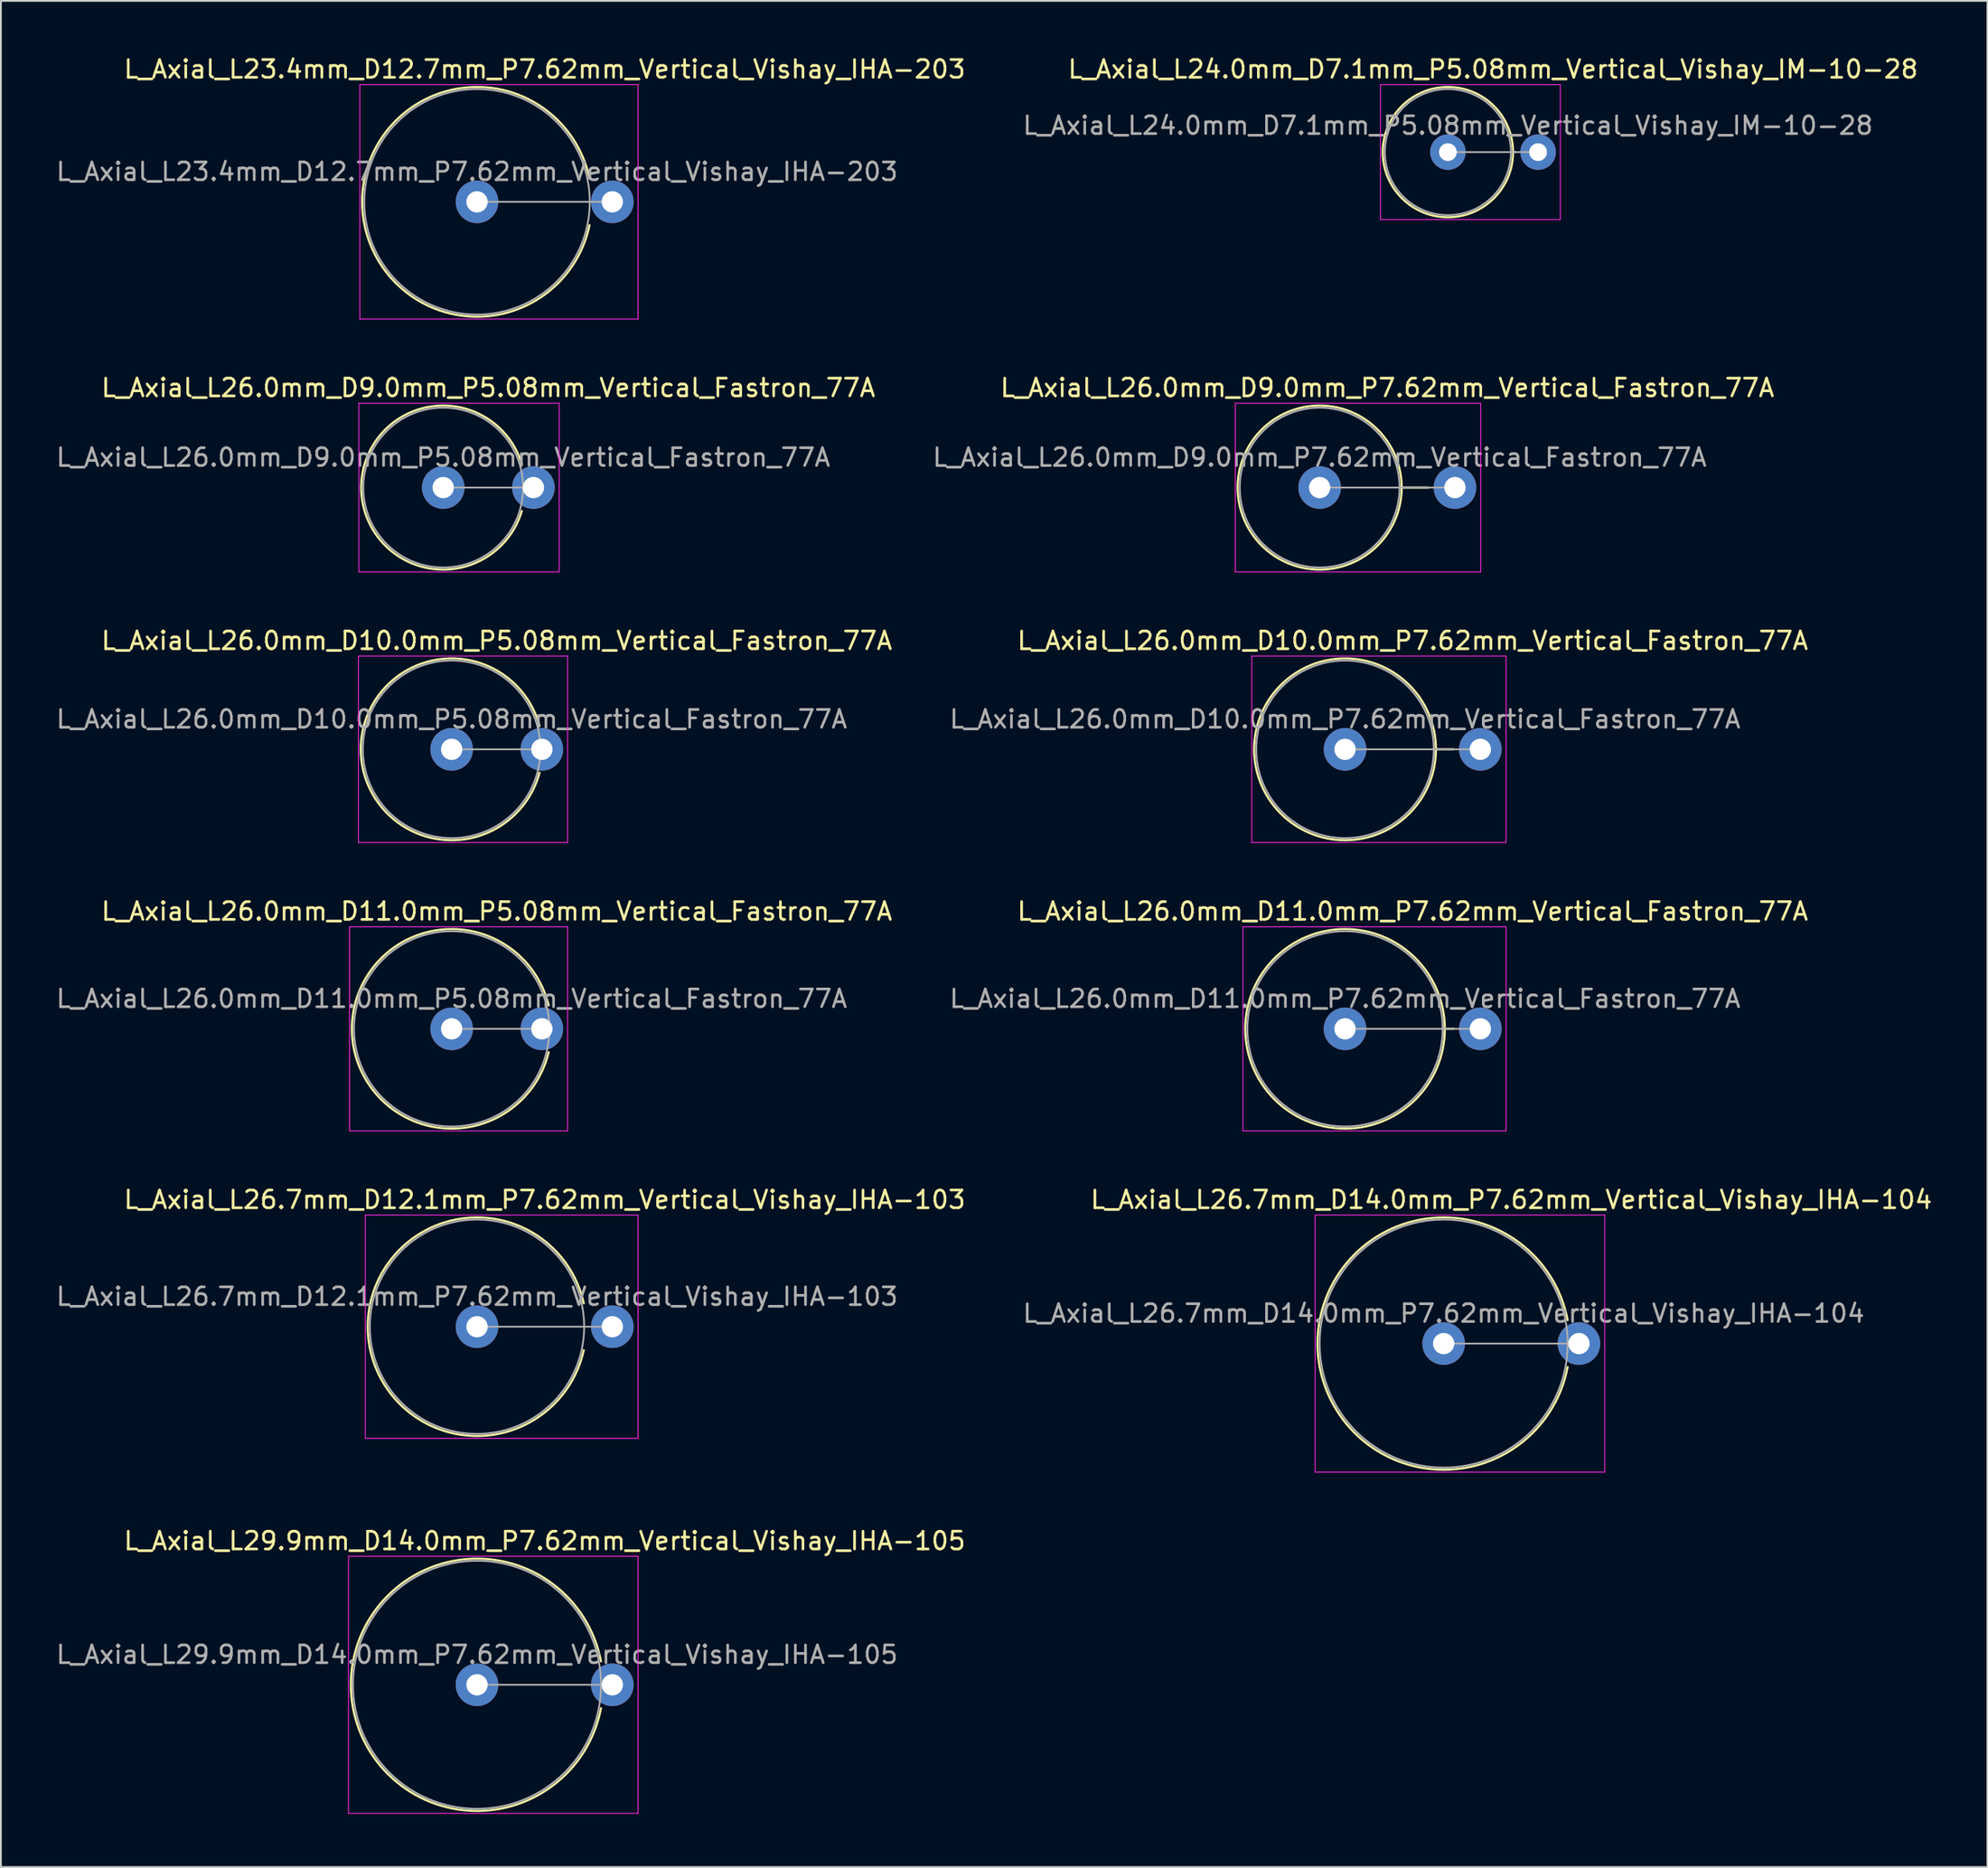
<source format=kicad_pcb>
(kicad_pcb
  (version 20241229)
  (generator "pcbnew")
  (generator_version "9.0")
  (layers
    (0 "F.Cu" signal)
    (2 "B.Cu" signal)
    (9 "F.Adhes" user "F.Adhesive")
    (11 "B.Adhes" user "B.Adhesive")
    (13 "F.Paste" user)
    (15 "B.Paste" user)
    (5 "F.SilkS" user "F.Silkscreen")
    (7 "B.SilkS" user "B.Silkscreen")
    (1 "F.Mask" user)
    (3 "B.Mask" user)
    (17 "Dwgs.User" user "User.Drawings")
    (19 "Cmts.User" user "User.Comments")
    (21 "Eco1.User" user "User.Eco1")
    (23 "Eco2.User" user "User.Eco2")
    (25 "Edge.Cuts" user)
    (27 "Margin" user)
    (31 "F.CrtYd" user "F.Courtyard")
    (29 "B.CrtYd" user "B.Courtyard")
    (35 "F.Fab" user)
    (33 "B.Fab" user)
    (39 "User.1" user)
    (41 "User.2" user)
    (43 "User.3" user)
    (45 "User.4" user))
  (footprint "L_Axial_L26.7mm_D12.1mm_P7.62mm_Vertical_Vishay_IHA-103"
    (layer "F.Cu")
    (at 23.815 71.676)
    (property "Reference" "L_Axial_L26.7mm_D12.1mm_P7.62mm_Vertical_Vishay_IHA-103" (at 3.81 -7.155 0) (layer "F.SilkS") (effects (font (size 1 1) (thickness 0.15))))
    (attr through_hole)
    (fp_arc (start 6.01179 1.32) (mid -6.155 0) (end 6.01179 -1.32) (stroke (width 0.12) (type solid)) (layer "F.SilkS"))
    (fp_line (start -6.29 -6.29) (end -6.29 6.29) (stroke (width 0.05) (type solid)) (layer "F.CrtYd"))
    (fp_line (start -6.29 6.29) (end 9.07 6.29) (stroke (width 0.05) (type solid)) (layer "F.CrtYd"))
    (fp_line (start 9.07 -6.29) (end -6.29 -6.29) (stroke (width 0.05) (type solid)) (layer "F.CrtYd"))
    (fp_line (start 9.07 6.29) (end 9.07 -6.29) (stroke (width 0.05) (type solid)) (layer "F.CrtYd"))
    (fp_line (start 0 0) (end 7.62 0) (stroke (width 0.1) (type solid)) (layer "F.Fab"))
    (fp_circle (center 0 0) (end 6.035 0) (stroke (width 0.1) (type solid)) (fill no) (layer "F.Fab"))
    (fp_text user "${REFERENCE}" (at 0 -1.7 0) (layer "F.Fab") (effects (font (size 1 1) (thickness 0.15))))
    (pad "1" thru_hole circle (at 0 0) (size 2.4 2.4) (drill 1.2) (layers "*.Cu" "*.Mask"))
    (pad "2" thru_hole oval (at 7.62 0) (size 2.4 2.4) (drill 1.2) (layers "*.Cu" "*.Mask")))
  (footprint "L_Axial_L26.0mm_D10.0mm_P7.62mm_Vertical_Fastron_77A"
    (layer "F.Cu")
    (at 72.701 39.155)
    (property "Reference" "L_Axial_L26.0mm_D10.0mm_P7.62mm_Vertical_Fastron_77A" (at 3.81 -6.12 0) (layer "F.SilkS") (effects (font (size 1 1) (thickness 0.15))))
    (attr through_hole)
    (fp_line (start 5.12 0) (end 6.12 0) (stroke (width 0.12) (type solid)) (layer "F.SilkS"))
    (fp_circle (center 0 0) (end 5.12 0) (stroke (width 0.12) (type solid)) (fill no) (layer "F.SilkS"))
    (fp_line (start -5.25 -5.25) (end -5.25 5.25) (stroke (width 0.05) (type solid)) (layer "F.CrtYd"))
    (fp_line (start -5.25 5.25) (end 9.07 5.25) (stroke (width 0.05) (type solid)) (layer "F.CrtYd"))
    (fp_line (start 9.07 -5.25) (end -5.25 -5.25) (stroke (width 0.05) (type solid)) (layer "F.CrtYd"))
    (fp_line (start 9.07 5.25) (end 9.07 -5.25) (stroke (width 0.05) (type solid)) (layer "F.CrtYd"))
    (fp_line (start 0 0) (end 7.62 0) (stroke (width 0.1) (type solid)) (layer "F.Fab"))
    (fp_circle (center 0 0) (end 5 0) (stroke (width 0.1) (type solid)) (fill no) (layer "F.Fab"))
    (fp_text user "${REFERENCE}" (at 0 -1.7 0) (layer "F.Fab") (effects (font (size 1 1) (thickness 0.15))))
    (pad "1" thru_hole circle (at 0 0) (size 2.4 2.4) (drill 1.2) (layers "*.Cu" "*.Mask"))
    (pad "2" thru_hole oval (at 7.62 0) (size 2.4 2.4) (drill 1.2) (layers "*.Cu" "*.Mask")))
  (footprint "L_Axial_L26.0mm_D9.0mm_P5.08mm_Vertical_Fastron_77A"
    (layer "F.Cu")
    (at 21.911 24.412)
    (property "Reference" "L_Axial_L26.0mm_D9.0mm_P5.08mm_Vertical_Fastron_77A" (at 2.54 -5.62 0) (layer "F.SilkS") (effects (font (size 1 1) (thickness 0.15))))
    (attr through_hole)
    (fp_arc (start 4.427415 1.32) (mid -4.62 0) (end 4.427415 -1.32) (stroke (width 0.12) (type solid)) (layer "F.SilkS"))
    (fp_line (start -4.75 -4.75) (end -4.75 4.75) (stroke (width 0.05) (type solid)) (layer "F.CrtYd"))
    (fp_line (start -4.75 4.75) (end 6.53 4.75) (stroke (width 0.05) (type solid)) (layer "F.CrtYd"))
    (fp_line (start 6.53 -4.75) (end -4.75 -4.75) (stroke (width 0.05) (type solid)) (layer "F.CrtYd"))
    (fp_line (start 6.53 4.75) (end 6.53 -4.75) (stroke (width 0.05) (type solid)) (layer "F.CrtYd"))
    (fp_line (start 0 0) (end 5.08 0) (stroke (width 0.1) (type solid)) (layer "F.Fab"))
    (fp_circle (center 0 0) (end 4.5 0) (stroke (width 0.1) (type solid)) (fill no) (layer "F.Fab"))
    (fp_text user "${REFERENCE}" (at 0 -1.7 0) (layer "F.Fab") (effects (font (size 1 1) (thickness 0.15))))
    (pad "1" thru_hole circle (at 0 0) (size 2.4 2.4) (drill 1.2) (layers "*.Cu" "*.Mask"))
    (pad "2" thru_hole oval (at 5.08 0) (size 2.4 2.4) (drill 1.2) (layers "*.Cu" "*.Mask")))
  (footprint "L_Axial_L26.0mm_D10.0mm_P5.08mm_Vertical_Fastron_77A"
    (layer "F.Cu")
    (at 22.387 39.155)
    (property "Reference" "L_Axial_L26.0mm_D10.0mm_P5.08mm_Vertical_Fastron_77A" (at 2.54 -6.12 0) (layer "F.SilkS") (effects (font (size 1 1) (thickness 0.15))))
    (attr through_hole)
    (fp_arc (start 4.946918 1.32) (mid -5.12 0) (end 4.946918 -1.32) (stroke (width 0.12) (type solid)) (layer "F.SilkS"))
    (fp_line (start -5.25 -5.25) (end -5.25 5.25) (stroke (width 0.05) (type solid)) (layer "F.CrtYd"))
    (fp_line (start -5.25 5.25) (end 6.53 5.25) (stroke (width 0.05) (type solid)) (layer "F.CrtYd"))
    (fp_line (start 6.53 -5.25) (end -5.25 -5.25) (stroke (width 0.05) (type solid)) (layer "F.CrtYd"))
    (fp_line (start 6.53 5.25) (end 6.53 -5.25) (stroke (width 0.05) (type solid)) (layer "F.CrtYd"))
    (fp_line (start 0 0) (end 5.08 0) (stroke (width 0.1) (type solid)) (layer "F.Fab"))
    (fp_circle (center 0 0) (end 5 0) (stroke (width 0.1) (type solid)) (fill no) (layer "F.Fab"))
    (fp_text user "${REFERENCE}" (at 0 -1.7 0) (layer "F.Fab") (effects (font (size 1 1) (thickness 0.15))))
    (pad "1" thru_hole circle (at 0 0) (size 2.4 2.4) (drill 1.2) (layers "*.Cu" "*.Mask"))
    (pad "2" thru_hole oval (at 5.08 0) (size 2.4 2.4) (drill 1.2) (layers "*.Cu" "*.Mask")))
  (footprint "L_Axial_L29.9mm_D14.0mm_P7.62mm_Vertical_Vishay_IHA-105"
    (layer "F.Cu")
    (at 23.815 91.844)
    (property "Reference" "L_Axial_L29.9mm_D14.0mm_P7.62mm_Vertical_Vishay_IHA-105" (at 3.81 -8.105 0) (layer "F.SilkS") (effects (font (size 1 1) (thickness 0.15))))
    (attr through_hole)
    (fp_arc (start 6.981305 1.32) (mid -7.105 0) (end 6.981305 -1.32) (stroke (width 0.12) (type solid)) (layer "F.SilkS"))
    (fp_line (start -7.24 -7.24) (end -7.24 7.24) (stroke (width 0.05) (type solid)) (layer "F.CrtYd"))
    (fp_line (start -7.24 7.24) (end 9.07 7.24) (stroke (width 0.05) (type solid)) (layer "F.CrtYd"))
    (fp_line (start 9.07 -7.24) (end -7.24 -7.24) (stroke (width 0.05) (type solid)) (layer "F.CrtYd"))
    (fp_line (start 9.07 7.24) (end 9.07 -7.24) (stroke (width 0.05) (type solid)) (layer "F.CrtYd"))
    (fp_line (start 0 0) (end 7.62 0) (stroke (width 0.1) (type solid)) (layer "F.Fab"))
    (fp_circle (center 0 0) (end 6.985 0) (stroke (width 0.1) (type solid)) (fill no) (layer "F.Fab"))
    (fp_text user "${REFERENCE}" (at 0 -1.7 0) (layer "F.Fab") (effects (font (size 1 1) (thickness 0.15))))
    (pad "1" thru_hole circle (at 0 0) (size 2.4 2.4) (drill 1.2) (layers "*.Cu" "*.Mask"))
    (pad "2" thru_hole oval (at 7.62 0) (size 2.4 2.4) (drill 1.2) (layers "*.Cu" "*.Mask")))
  (footprint "L_Axial_L26.0mm_D11.0mm_P5.08mm_Vertical_Fastron_77A"
    (layer "F.Cu")
    (at 22.387 54.898)
    (property "Reference" "L_Axial_L26.0mm_D11.0mm_P5.08mm_Vertical_Fastron_77A" (at 2.54 -6.62 0) (layer "F.SilkS") (effects (font (size 1 1) (thickness 0.15))))
    (attr through_hole)
    (fp_arc (start 5.462783 1.32) (mid -5.62 0) (end 5.462783 -1.32) (stroke (width 0.12) (type solid)) (layer "F.SilkS"))
    (fp_line (start -5.75 -5.75) (end -5.75 5.75) (stroke (width 0.05) (type solid)) (layer "F.CrtYd"))
    (fp_line (start -5.75 5.75) (end 6.53 5.75) (stroke (width 0.05) (type solid)) (layer "F.CrtYd"))
    (fp_line (start 6.53 -5.75) (end -5.75 -5.75) (stroke (width 0.05) (type solid)) (layer "F.CrtYd"))
    (fp_line (start 6.53 5.75) (end 6.53 -5.75) (stroke (width 0.05) (type solid)) (layer "F.CrtYd"))
    (fp_line (start 0 0) (end 5.08 0) (stroke (width 0.1) (type solid)) (layer "F.Fab"))
    (fp_circle (center 0 0) (end 5.5 0) (stroke (width 0.1) (type solid)) (fill no) (layer "F.Fab"))
    (fp_text user "${REFERENCE}" (at 0 -1.7 0) (layer "F.Fab") (effects (font (size 1 1) (thickness 0.15))))
    (pad "1" thru_hole circle (at 0 0) (size 2.4 2.4) (drill 1.2) (layers "*.Cu" "*.Mask"))
    (pad "2" thru_hole oval (at 5.08 0) (size 2.4 2.4) (drill 1.2) (layers "*.Cu" "*.Mask")))
  (footprint "L_Axial_L26.7mm_D14.0mm_P7.62mm_Vertical_Vishay_IHA-104"
    (layer "F.Cu")
    (at 78.256 72.626)
    (property "Reference" "L_Axial_L26.7mm_D14.0mm_P7.62mm_Vertical_Vishay_IHA-104" (at 3.81 -8.105 0) (layer "F.SilkS") (effects (font (size 1 1) (thickness 0.15))))
    (attr through_hole)
    (fp_arc (start 6.981305 1.32) (mid -7.105 0) (end 6.981305 -1.32) (stroke (width 0.12) (type solid)) (layer "F.SilkS"))
    (fp_line (start -7.24 -7.24) (end -7.24 7.24) (stroke (width 0.05) (type solid)) (layer "F.CrtYd"))
    (fp_line (start -7.24 7.24) (end 9.07 7.24) (stroke (width 0.05) (type solid)) (layer "F.CrtYd"))
    (fp_line (start 9.07 -7.24) (end -7.24 -7.24) (stroke (width 0.05) (type solid)) (layer "F.CrtYd"))
    (fp_line (start 9.07 7.24) (end 9.07 -7.24) (stroke (width 0.05) (type solid)) (layer "F.CrtYd"))
    (fp_line (start 0 0) (end 7.62 0) (stroke (width 0.1) (type solid)) (layer "F.Fab"))
    (fp_circle (center 0 0) (end 6.985 0) (stroke (width 0.1) (type solid)) (fill no) (layer "F.Fab"))
    (fp_text user "${REFERENCE}" (at 0 -1.7 0) (layer "F.Fab") (effects (font (size 1 1) (thickness 0.15))))
    (pad "1" thru_hole circle (at 0 0) (size 2.4 2.4) (drill 1.2) (layers "*.Cu" "*.Mask"))
    (pad "2" thru_hole oval (at 7.62 0) (size 2.4 2.4) (drill 1.2) (layers "*.Cu" "*.Mask")))
  (footprint "L_Axial_L23.4mm_D12.7mm_P7.62mm_Vertical_Vishay_IHA-203"
    (layer "F.Cu")
    (at 23.815 8.318)
    (property "Reference" "L_Axial_L23.4mm_D12.7mm_P7.62mm_Vertical_Vishay_IHA-203" (at 3.81 -7.47 0) (layer "F.SilkS") (effects (font (size 1 1) (thickness 0.15))))
    (attr through_hole)
    (fp_arc (start 6.333917 1.32) (mid -6.47 0) (end 6.333917 -1.32) (stroke (width 0.12) (type solid)) (layer "F.SilkS"))
    (fp_line (start -6.6 -6.6) (end -6.6 6.6) (stroke (width 0.05) (type solid)) (layer "F.CrtYd"))
    (fp_line (start -6.6 6.6) (end 9.07 6.6) (stroke (width 0.05) (type solid)) (layer "F.CrtYd"))
    (fp_line (start 9.07 -6.6) (end -6.6 -6.6) (stroke (width 0.05) (type solid)) (layer "F.CrtYd"))
    (fp_line (start 9.07 6.6) (end 9.07 -6.6) (stroke (width 0.05) (type solid)) (layer "F.CrtYd"))
    (fp_line (start 0 0) (end 7.62 0) (stroke (width 0.1) (type solid)) (layer "F.Fab"))
    (fp_circle (center 0 0) (end 6.35 0) (stroke (width 0.1) (type solid)) (fill no) (layer "F.Fab"))
    (fp_text user "${REFERENCE}" (at 0 -1.7 0) (layer "F.Fab") (effects (font (size 1 1) (thickness 0.15))))
    (pad "1" thru_hole circle (at 0 0) (size 2.4 2.4) (drill 1.2) (layers "*.Cu" "*.Mask"))
    (pad "2" thru_hole oval (at 7.62 0) (size 2.4 2.4) (drill 1.2) (layers "*.Cu" "*.Mask")))
  (footprint "L_Axial_L24.0mm_D7.1mm_P5.08mm_Vertical_Vishay_IM-10-28"
    (layer "F.Cu")
    (at 78.495 5.518)
    (property "Reference" "L_Axial_L24.0mm_D7.1mm_P5.08mm_Vertical_Vishay_IM-10-28" (at 2.54 -4.67 0) (layer "F.SilkS") (effects (font (size 1 1) (thickness 0.15))))
    (attr through_hole)
    (fp_line (start 3.67 0) (end 3.78 0) (stroke (width 0.12) (type solid)) (layer "F.SilkS"))
    (fp_circle (center 0 0) (end 3.67 0) (stroke (width 0.12) (type solid)) (fill no) (layer "F.SilkS"))
    (fp_line (start -3.8 -3.8) (end -3.8 3.8) (stroke (width 0.05) (type solid)) (layer "F.CrtYd"))
    (fp_line (start -3.8 3.8) (end 6.33 3.8) (stroke (width 0.05) (type solid)) (layer "F.CrtYd"))
    (fp_line (start 6.33 -3.8) (end -3.8 -3.8) (stroke (width 0.05) (type solid)) (layer "F.CrtYd"))
    (fp_line (start 6.33 3.8) (end 6.33 -3.8) (stroke (width 0.05) (type solid)) (layer "F.CrtYd"))
    (fp_line (start 0 0) (end 5.08 0) (stroke (width 0.1) (type solid)) (layer "F.Fab"))
    (fp_circle (center 0 0) (end 3.55 0) (stroke (width 0.1) (type solid)) (fill no) (layer "F.Fab"))
    (fp_text user "${REFERENCE}" (at 0 -1.5 0) (layer "F.Fab") (effects (font (size 1 1) (thickness 0.15))))
    (pad "1" thru_hole circle (at 0 0) (size 2 2) (drill 1) (layers "*.Cu" "*.Mask"))
    (pad "2" thru_hole oval (at 5.08 0) (size 2 2) (drill 1) (layers "*.Cu" "*.Mask")))
  (footprint "L_Axial_L26.0mm_D11.0mm_P7.62mm_Vertical_Fastron_77A"
    (layer "F.Cu")
    (at 72.701 54.898)
    (property "Reference" "L_Axial_L26.0mm_D11.0mm_P7.62mm_Vertical_Fastron_77A" (at 3.81 -6.62 0) (layer "F.SilkS") (effects (font (size 1 1) (thickness 0.15))))
    (attr through_hole)
    (fp_line (start 5.62 0) (end 6.12 0) (stroke (width 0.12) (type solid)) (layer "F.SilkS"))
    (fp_circle (center 0 0) (end 5.62 0) (stroke (width 0.12) (type solid)) (fill no) (layer "F.SilkS"))
    (fp_line (start -5.75 -5.75) (end -5.75 5.75) (stroke (width 0.05) (type solid)) (layer "F.CrtYd"))
    (fp_line (start -5.75 5.75) (end 9.07 5.75) (stroke (width 0.05) (type solid)) (layer "F.CrtYd"))
    (fp_line (start 9.07 -5.75) (end -5.75 -5.75) (stroke (width 0.05) (type solid)) (layer "F.CrtYd"))
    (fp_line (start 9.07 5.75) (end 9.07 -5.75) (stroke (width 0.05) (type solid)) (layer "F.CrtYd"))
    (fp_line (start 0 0) (end 7.62 0) (stroke (width 0.1) (type solid)) (layer "F.Fab"))
    (fp_circle (center 0 0) (end 5.5 0) (stroke (width 0.1) (type solid)) (fill no) (layer "F.Fab"))
    (fp_text user "${REFERENCE}" (at 0 -1.7 0) (layer "F.Fab") (effects (font (size 1 1) (thickness 0.15))))
    (pad "1" thru_hole circle (at 0 0) (size 2.4 2.4) (drill 1.2) (layers "*.Cu" "*.Mask"))
    (pad "2" thru_hole oval (at 7.62 0) (size 2.4 2.4) (drill 1.2) (layers "*.Cu" "*.Mask")))
  (footprint "L_Axial_L26.0mm_D9.0mm_P7.62mm_Vertical_Fastron_77A"
    (layer "F.Cu")
    (at 71.272 24.412)
    (property "Reference" "L_Axial_L26.0mm_D9.0mm_P7.62mm_Vertical_Fastron_77A" (at 3.81 -5.62 0) (layer "F.SilkS") (effects (font (size 1 1) (thickness 0.15))))
    (attr through_hole)
    (fp_line (start 4.62 0) (end 6.12 0) (stroke (width 0.12) (type solid)) (layer "F.SilkS"))
    (fp_circle (center 0 0) (end 4.62 0) (stroke (width 0.12) (type solid)) (fill no) (layer "F.SilkS"))
    (fp_line (start -4.75 -4.75) (end -4.75 4.75) (stroke (width 0.05) (type solid)) (layer "F.CrtYd"))
    (fp_line (start -4.75 4.75) (end 9.07 4.75) (stroke (width 0.05) (type solid)) (layer "F.CrtYd"))
    (fp_line (start 9.07 -4.75) (end -4.75 -4.75) (stroke (width 0.05) (type solid)) (layer "F.CrtYd"))
    (fp_line (start 9.07 4.75) (end 9.07 -4.75) (stroke (width 0.05) (type solid)) (layer "F.CrtYd"))
    (fp_line (start 0 0) (end 7.62 0) (stroke (width 0.1) (type solid)) (layer "F.Fab"))
    (fp_circle (center 0 0) (end 4.5 0) (stroke (width 0.1) (type solid)) (fill no) (layer "F.Fab"))
    (fp_text user "${REFERENCE}" (at 0 -1.7 0) (layer "F.Fab") (effects (font (size 1 1) (thickness 0.15))))
    (pad "1" thru_hole circle (at 0 0) (size 2.4 2.4) (drill 1.2) (layers "*.Cu" "*.Mask"))
    (pad "2" thru_hole oval (at 7.62 0) (size 2.4 2.4) (drill 1.2) (layers "*.Cu" "*.Mask")))
  (gr_rect
    (start -3 -3)
    (end 108.882 102.109)
    (stroke (width 0.1) (type default))
    (fill no)
    (layer "Edge.Cuts")))
</source>
